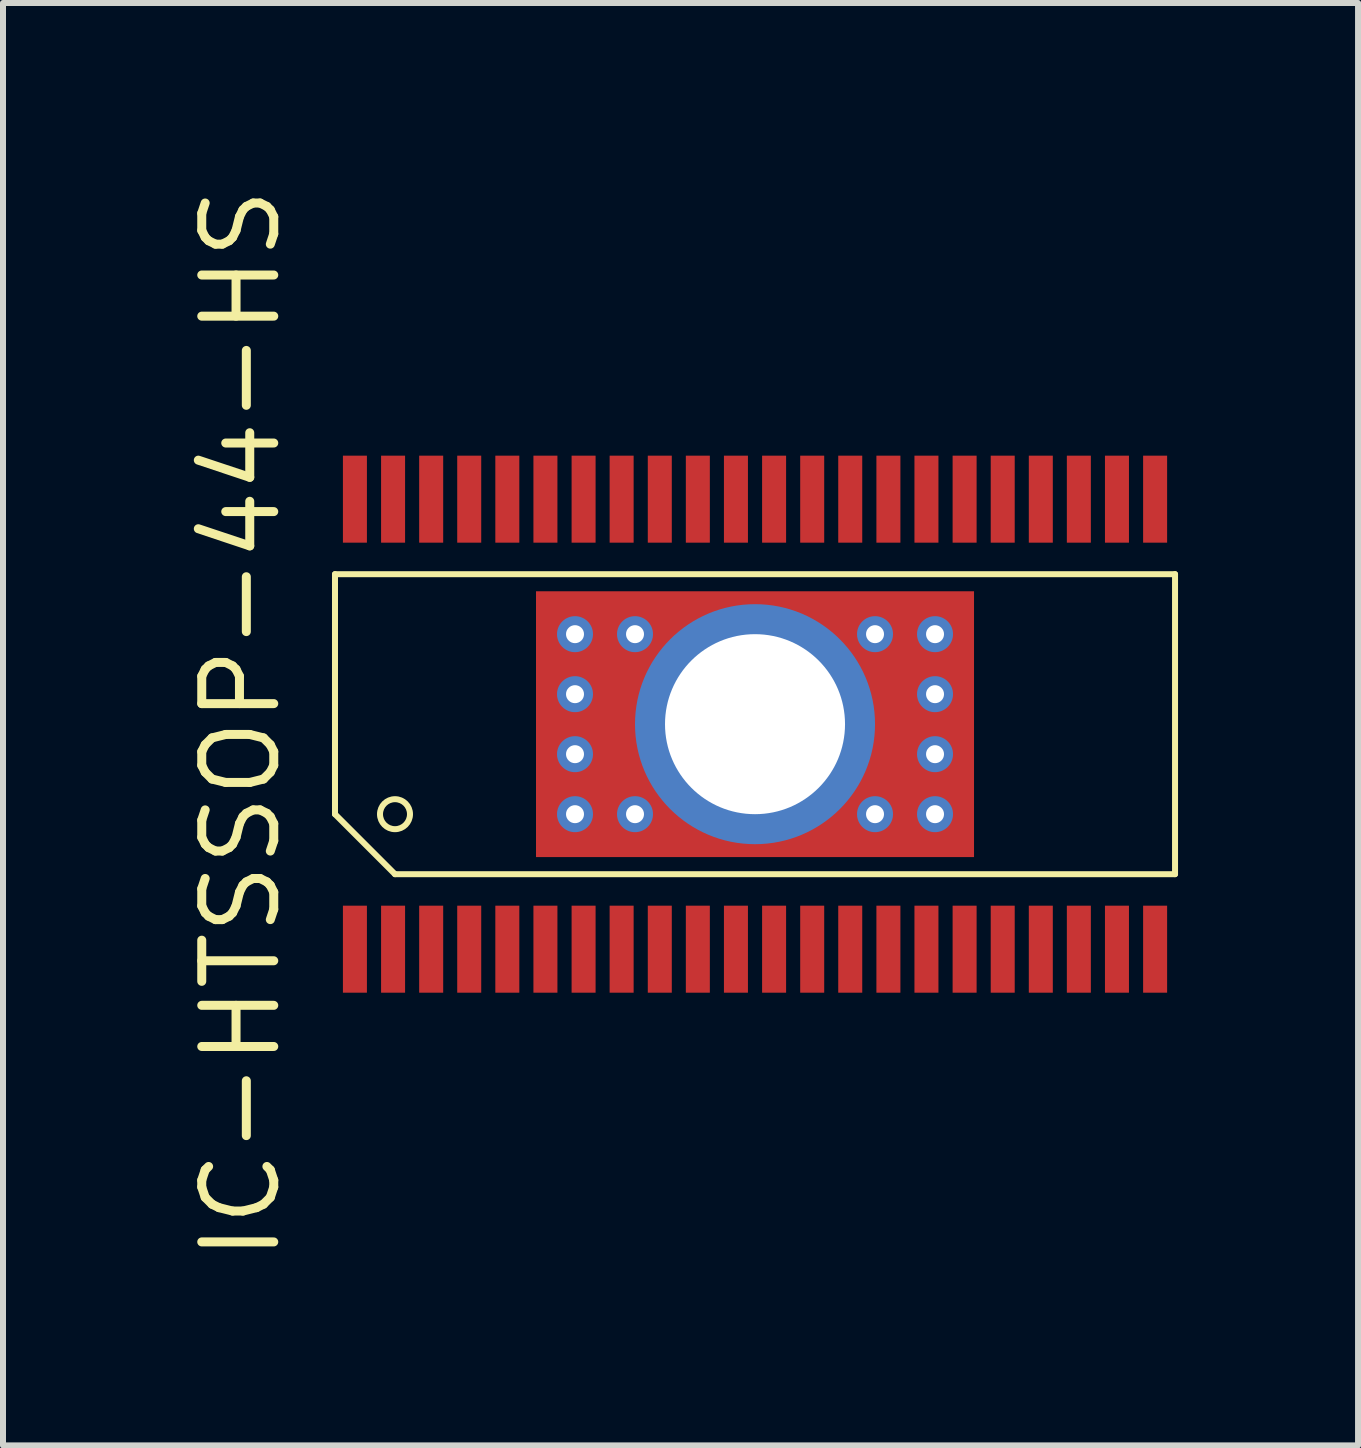
<source format=kicad_pcb>
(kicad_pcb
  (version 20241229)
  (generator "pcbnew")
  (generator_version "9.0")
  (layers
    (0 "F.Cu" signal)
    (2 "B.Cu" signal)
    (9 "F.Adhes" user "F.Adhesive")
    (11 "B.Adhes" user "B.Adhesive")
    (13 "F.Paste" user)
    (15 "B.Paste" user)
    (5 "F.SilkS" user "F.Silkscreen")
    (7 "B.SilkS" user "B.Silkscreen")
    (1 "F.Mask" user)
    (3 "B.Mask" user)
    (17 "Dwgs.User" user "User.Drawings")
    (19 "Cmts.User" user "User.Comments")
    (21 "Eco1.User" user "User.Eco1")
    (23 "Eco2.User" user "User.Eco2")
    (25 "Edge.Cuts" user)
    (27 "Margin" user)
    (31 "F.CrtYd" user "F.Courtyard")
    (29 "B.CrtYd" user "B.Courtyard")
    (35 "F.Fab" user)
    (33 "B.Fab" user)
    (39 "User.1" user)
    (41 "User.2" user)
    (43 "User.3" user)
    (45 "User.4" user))
  (footprint "IC-HTSSOP-44-HS"
    (layer "F.Cu")
    (at 9.533 9.019)
    (property "Reference" "IC-HTSSOP-44-HS" (at -8.568 0 90) (layer "F.SilkS") (effects (font (size 1.2 1.2) (thickness 0.15))))
    (attr through_hole)
    (fp_line (start -7 -2.5) (end -7 0) (stroke (width 0.1) (type solid)) (layer "F.SilkS"))
    (fp_line (start -7 0) (end -7 1.5) (stroke (width 0.1) (type solid)) (layer "F.SilkS"))
    (fp_line (start -7 1.5) (end -6 2.5) (stroke (width 0.1) (type solid)) (layer "F.SilkS"))
    (fp_line (start -6 2.5) (end 7 2.5) (stroke (width 0.1) (type solid)) (layer "F.SilkS"))
    (fp_line (start 7 -2.5) (end -7 -2.5) (stroke (width 0.1) (type solid)) (layer "F.SilkS"))
    (fp_line (start 7 2.5) (end 7 -2.5) (stroke (width 0.1) (type solid)) (layer "F.SilkS"))
    (fp_circle (center -6 1.5) (end -5.75 1.5) (stroke (width 0.1) (type solid)) (fill no) (layer "F.SilkS"))
    (pad "1" smd rect (at -6.668 3.75) (size 0.4 1.45) (layers "F.Cu" "F.Mask" "F.Paste"))
    (pad "2" smd rect (at -6.032 3.75) (size 0.4 1.45) (layers "F.Cu" "F.Mask" "F.Paste"))
    (pad "3" smd rect (at -5.397 3.75) (size 0.4 1.45) (layers "F.Cu" "F.Mask" "F.Paste"))
    (pad "4" smd rect (at -4.763 3.75) (size 0.4 1.45) (layers "F.Cu" "F.Mask" "F.Paste"))
    (pad "5" smd rect (at -4.128 3.75) (size 0.4 1.45) (layers "F.Cu" "F.Mask" "F.Paste"))
    (pad "6" smd rect (at -3.493 3.75) (size 0.4 1.45) (layers "F.Cu" "F.Mask" "F.Paste"))
    (pad "7" smd rect (at -2.857 3.75) (size 0.4 1.45) (layers "F.Cu" "F.Mask" "F.Paste"))
    (pad "8" smd rect (at -2.223 3.75) (size 0.4 1.45) (layers "F.Cu" "F.Mask" "F.Paste"))
    (pad "9" smd rect (at -1.587 3.75) (size 0.4 1.45) (layers "F.Cu" "F.Mask" "F.Paste"))
    (pad "10" smd rect (at -0.953 3.75) (size 0.4 1.45) (layers "F.Cu" "F.Mask" "F.Paste"))
    (pad "11" smd rect (at -0.318 3.75) (size 0.4 1.45) (layers "F.Cu" "F.Mask" "F.Paste"))
    (pad "12" smd rect (at 0.318 3.75) (size 0.4 1.45) (layers "F.Cu" "F.Mask" "F.Paste"))
    (pad "13" smd rect (at 0.953 3.75) (size 0.4 1.45) (layers "F.Cu" "F.Mask" "F.Paste"))
    (pad "14" smd rect (at 1.587 3.75) (size 0.4 1.45) (layers "F.Cu" "F.Mask" "F.Paste"))
    (pad "15" smd rect (at 2.223 3.75) (size 0.4 1.45) (layers "F.Cu" "F.Mask" "F.Paste"))
    (pad "16" smd rect (at 2.857 3.75) (size 0.4 1.45) (layers "F.Cu" "F.Mask" "F.Paste"))
    (pad "17" smd rect (at 3.493 3.75) (size 0.4 1.45) (layers "F.Cu" "F.Mask" "F.Paste"))
    (pad "18" smd rect (at 4.128 3.75) (size 0.4 1.45) (layers "F.Cu" "F.Mask" "F.Paste"))
    (pad "19" smd rect (at 4.763 3.75) (size 0.4 1.45) (layers "F.Cu" "F.Mask" "F.Paste"))
    (pad "20" smd rect (at 5.397 3.75) (size 0.4 1.45) (layers "F.Cu" "F.Mask" "F.Paste"))
    (pad "21" smd rect (at 6.032 3.75) (size 0.4 1.45) (layers "F.Cu" "F.Mask" "F.Paste"))
    (pad "22" smd rect (at 6.668 3.75) (size 0.4 1.45) (layers "F.Cu" "F.Mask" "F.Paste"))
    (pad "23" smd rect (at 6.668 -3.75) (size 0.4 1.45) (layers "F.Cu" "F.Mask" "F.Paste"))
    (pad "24" smd rect (at 6.032 -3.75) (size 0.4 1.45) (layers "F.Cu" "F.Mask" "F.Paste"))
    (pad "25" smd rect (at 5.397 -3.75) (size 0.4 1.45) (layers "F.Cu" "F.Mask" "F.Paste"))
    (pad "26" smd rect (at 4.763 -3.75) (size 0.4 1.45) (layers "F.Cu" "F.Mask" "F.Paste"))
    (pad "27" smd rect (at 4.128 -3.75) (size 0.4 1.45) (layers "F.Cu" "F.Mask" "F.Paste"))
    (pad "28" smd rect (at 3.493 -3.75) (size 0.4 1.45) (layers "F.Cu" "F.Mask" "F.Paste"))
    (pad "29" smd rect (at 2.857 -3.75) (size 0.4 1.45) (layers "F.Cu" "F.Mask" "F.Paste"))
    (pad "30" smd rect (at 2.223 -3.75) (size 0.4 1.45) (layers "F.Cu" "F.Mask" "F.Paste"))
    (pad "31" smd rect (at 1.587 -3.75) (size 0.4 1.45) (layers "F.Cu" "F.Mask" "F.Paste"))
    (pad "32" smd rect (at 0.953 -3.75) (size 0.4 1.45) (layers "F.Cu" "F.Mask" "F.Paste"))
    (pad "33" smd rect (at 0.318 -3.75) (size 0.4 1.45) (layers "F.Cu" "F.Mask" "F.Paste"))
    (pad "34" smd rect (at -0.318 -3.75) (size 0.4 1.45) (layers "F.Cu" "F.Mask" "F.Paste"))
    (pad "35" smd rect (at -0.953 -3.75) (size 0.4 1.45) (layers "F.Cu" "F.Mask" "F.Paste"))
    (pad "36" smd rect (at -1.587 -3.75) (size 0.4 1.45) (layers "F.Cu" "F.Mask" "F.Paste"))
    (pad "37" smd rect (at -2.223 -3.75) (size 0.4 1.45) (layers "F.Cu" "F.Mask" "F.Paste"))
    (pad "38" smd rect (at -2.857 -3.75) (size 0.4 1.45) (layers "F.Cu" "F.Mask" "F.Paste"))
    (pad "39" smd rect (at -3.493 -3.75) (size 0.4 1.45) (layers "F.Cu" "F.Mask" "F.Paste"))
    (pad "40" smd rect (at -4.128 -3.75) (size 0.4 1.45) (layers "F.Cu" "F.Mask" "F.Paste"))
    (pad "41" smd rect (at -4.763 -3.75) (size 0.4 1.45) (layers "F.Cu" "F.Mask" "F.Paste"))
    (pad "42" smd rect (at -5.397 -3.75) (size 0.4 1.45) (layers "F.Cu" "F.Mask" "F.Paste"))
    (pad "43" smd rect (at -6.032 -3.75) (size 0.4 1.45) (layers "F.Cu" "F.Mask" "F.Paste"))
    (pad "44" smd rect (at -6.668 -3.75) (size 0.4 1.45) (layers "F.Cu" "F.Mask" "F.Paste"))
    (pad "PAD" thru_hole circle (at -3 -1.5 90) (size 0.6 0.6) (drill 0.3) (layers "*.Cu" "*.Mask"))
    (pad "PAD" thru_hole circle (at -3 -0.5 90) (size 0.6 0.6) (drill 0.3) (layers "*.Cu" "*.Mask"))
    (pad "PAD" thru_hole circle (at -3 0.5 90) (size 0.6 0.6) (drill 0.3) (layers "*.Cu" "*.Mask"))
    (pad "PAD" thru_hole circle (at -3 1.5 90) (size 0.6 0.6) (drill 0.3) (layers "*.Cu" "*.Mask"))
    (pad "PAD" thru_hole circle (at -2 -1.5 90) (size 0.6 0.6) (drill 0.3) (layers "*.Cu" "*.Mask"))
    (pad "PAD" thru_hole circle (at -2 1.5 90) (size 0.6 0.6) (drill 0.3) (layers "*.Cu" "*.Mask"))
    (pad "PAD" thru_hole circle (at 0 0 90) (size 4 4) (drill 3) (layers "*.Cu" "*.Mask"))
    (pad "PAD" smd rect (at 0 0 90) (size 4.43 7.3) (layers "F.Cu" "F.Mask" "F.Paste"))
    (pad "PAD" thru_hole circle (at 2 -1.5 90) (size 0.6 0.6) (drill 0.3) (layers "*.Cu" "*.Mask"))
    (pad "PAD" thru_hole circle (at 2 1.5 90) (size 0.6 0.6) (drill 0.3) (layers "*.Cu" "*.Mask"))
    (pad "PAD" thru_hole circle (at 3 -1.5 90) (size 0.6 0.6) (drill 0.3) (layers "*.Cu" "*.Mask"))
    (pad "PAD" thru_hole circle (at 3 -0.5 90) (size 0.6 0.6) (drill 0.3) (layers "*.Cu" "*.Mask"))
    (pad "PAD" thru_hole circle (at 3 0.5 90) (size 0.6 0.6) (drill 0.3) (layers "*.Cu" "*.Mask"))
    (pad "PAD" thru_hole circle (at 3 1.5 90) (size 0.6 0.6) (drill 0.3) (layers "*.Cu" "*.Mask")))
  (gr_rect
    (start -3 -3)
    (end 19.583 21.039)
    (stroke (width 0.1) (type default))
    (fill no)
    (layer "Edge.Cuts")))
</source>
